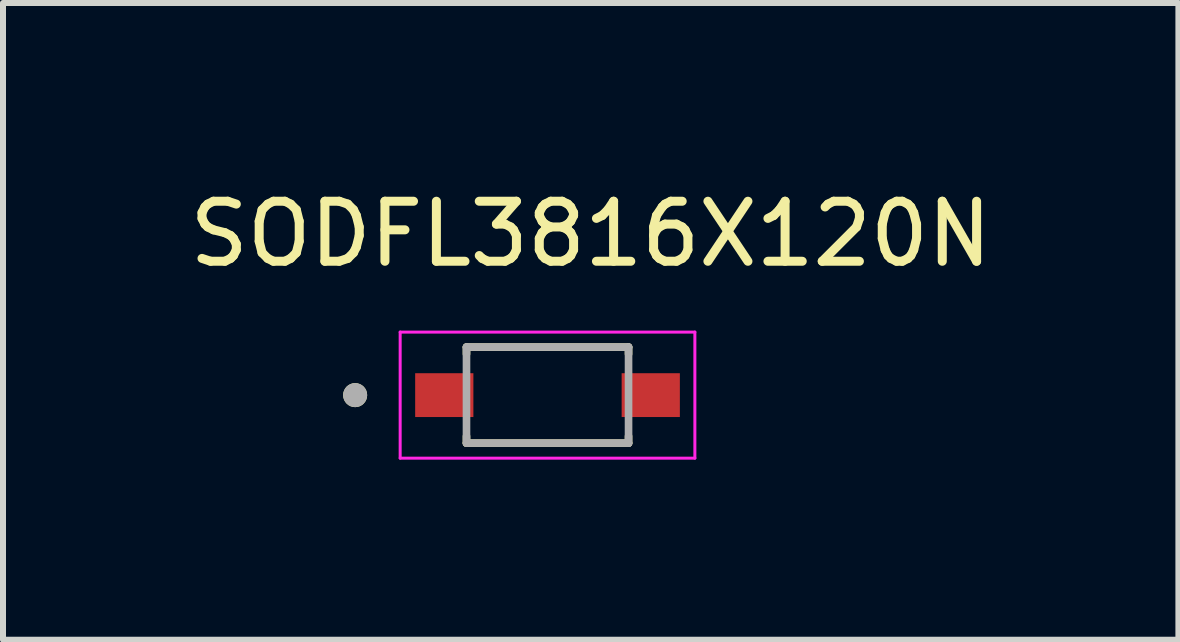
<source format=kicad_pcb>
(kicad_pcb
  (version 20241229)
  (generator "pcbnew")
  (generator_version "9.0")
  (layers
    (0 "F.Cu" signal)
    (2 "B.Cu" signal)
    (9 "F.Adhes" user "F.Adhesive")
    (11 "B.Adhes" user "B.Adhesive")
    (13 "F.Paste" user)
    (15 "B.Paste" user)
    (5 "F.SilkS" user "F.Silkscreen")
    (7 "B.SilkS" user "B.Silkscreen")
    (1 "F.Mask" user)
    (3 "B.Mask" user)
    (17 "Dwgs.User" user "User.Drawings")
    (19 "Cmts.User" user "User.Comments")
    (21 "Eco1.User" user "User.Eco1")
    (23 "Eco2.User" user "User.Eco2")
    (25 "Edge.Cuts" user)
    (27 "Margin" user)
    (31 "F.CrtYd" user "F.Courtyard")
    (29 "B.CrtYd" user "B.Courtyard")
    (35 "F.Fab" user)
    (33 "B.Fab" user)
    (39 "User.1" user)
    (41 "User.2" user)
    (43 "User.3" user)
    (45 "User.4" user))
  (footprint "SODFL3816X120N"
    (layer "F.Cu")
    (at 6.072 3.533)
    (property "Reference" "SODFL3816X120N" (at 0.72 -2.685 0) (layer "F.SilkS") (effects (font (size 1 1) (thickness 0.15))))
    (attr smd)
    (fp_line (start -1.35 -0.8) (end -1.35 -0.685) (stroke (width 0.127) (type solid)) (layer "F.SilkS"))
    (fp_line (start -1.35 0.8) (end -1.35 0.685) (stroke (width 0.127) (type solid)) (layer "F.SilkS"))
    (fp_line (start -1.35 0.8) (end 1.35 0.8) (stroke (width 0.127) (type solid)) (layer "F.SilkS"))
    (fp_line (start 1.35 -0.8) (end -1.35 -0.8) (stroke (width 0.127) (type solid)) (layer "F.SilkS"))
    (fp_line (start 1.35 -0.685) (end 1.35 -0.8) (stroke (width 0.127) (type solid)) (layer "F.SilkS"))
    (fp_line (start 1.35 0.8) (end 1.35 0.685) (stroke (width 0.127) (type solid)) (layer "F.SilkS"))
    (fp_circle (center -3.205 0) (end -3.105 0) (stroke (width 0.2) (type solid)) (fill no) (layer "F.SilkS"))
    (fp_line (start -2.455 -1.05) (end -2.455 1.05) (stroke (width 0.05) (type solid)) (layer "F.CrtYd"))
    (fp_line (start -2.455 1.05) (end 2.455 1.05) (stroke (width 0.05) (type solid)) (layer "F.CrtYd"))
    (fp_line (start 2.455 -1.05) (end -2.455 -1.05) (stroke (width 0.05) (type solid)) (layer "F.CrtYd"))
    (fp_line (start 2.455 1.05) (end 2.455 -1.05) (stroke (width 0.05) (type solid)) (layer "F.CrtYd"))
    (fp_line (start -1.35 -0.8) (end -1.35 0.8) (stroke (width 0.127) (type solid)) (layer "F.Fab"))
    (fp_line (start -1.35 0.8) (end 1.35 0.8) (stroke (width 0.127) (type solid)) (layer "F.Fab"))
    (fp_line (start 1.35 -0.8) (end -1.35 -0.8) (stroke (width 0.127) (type solid)) (layer "F.Fab"))
    (fp_line (start 1.35 0.8) (end 1.35 -0.8) (stroke (width 0.127) (type solid)) (layer "F.Fab"))
    (fp_circle (center -3.205 0) (end -3.105 0) (stroke (width 0.2) (type solid)) (fill no) (layer "F.Fab"))
    (pad "A" smd rect (at 1.72 0) (size 0.97 0.73) (layers "F.Cu" "F.Mask" "F.Paste"))
    (pad "C" smd rect (at -1.72 0) (size 0.97 0.73) (layers "F.Cu" "F.Mask" "F.Paste")))
  (gr_rect
    (start -3 -3)
    (end 16.583 7.608)
    (stroke (width 0.1) (type default))
    (fill no)
    (layer "Edge.Cuts")))
</source>
